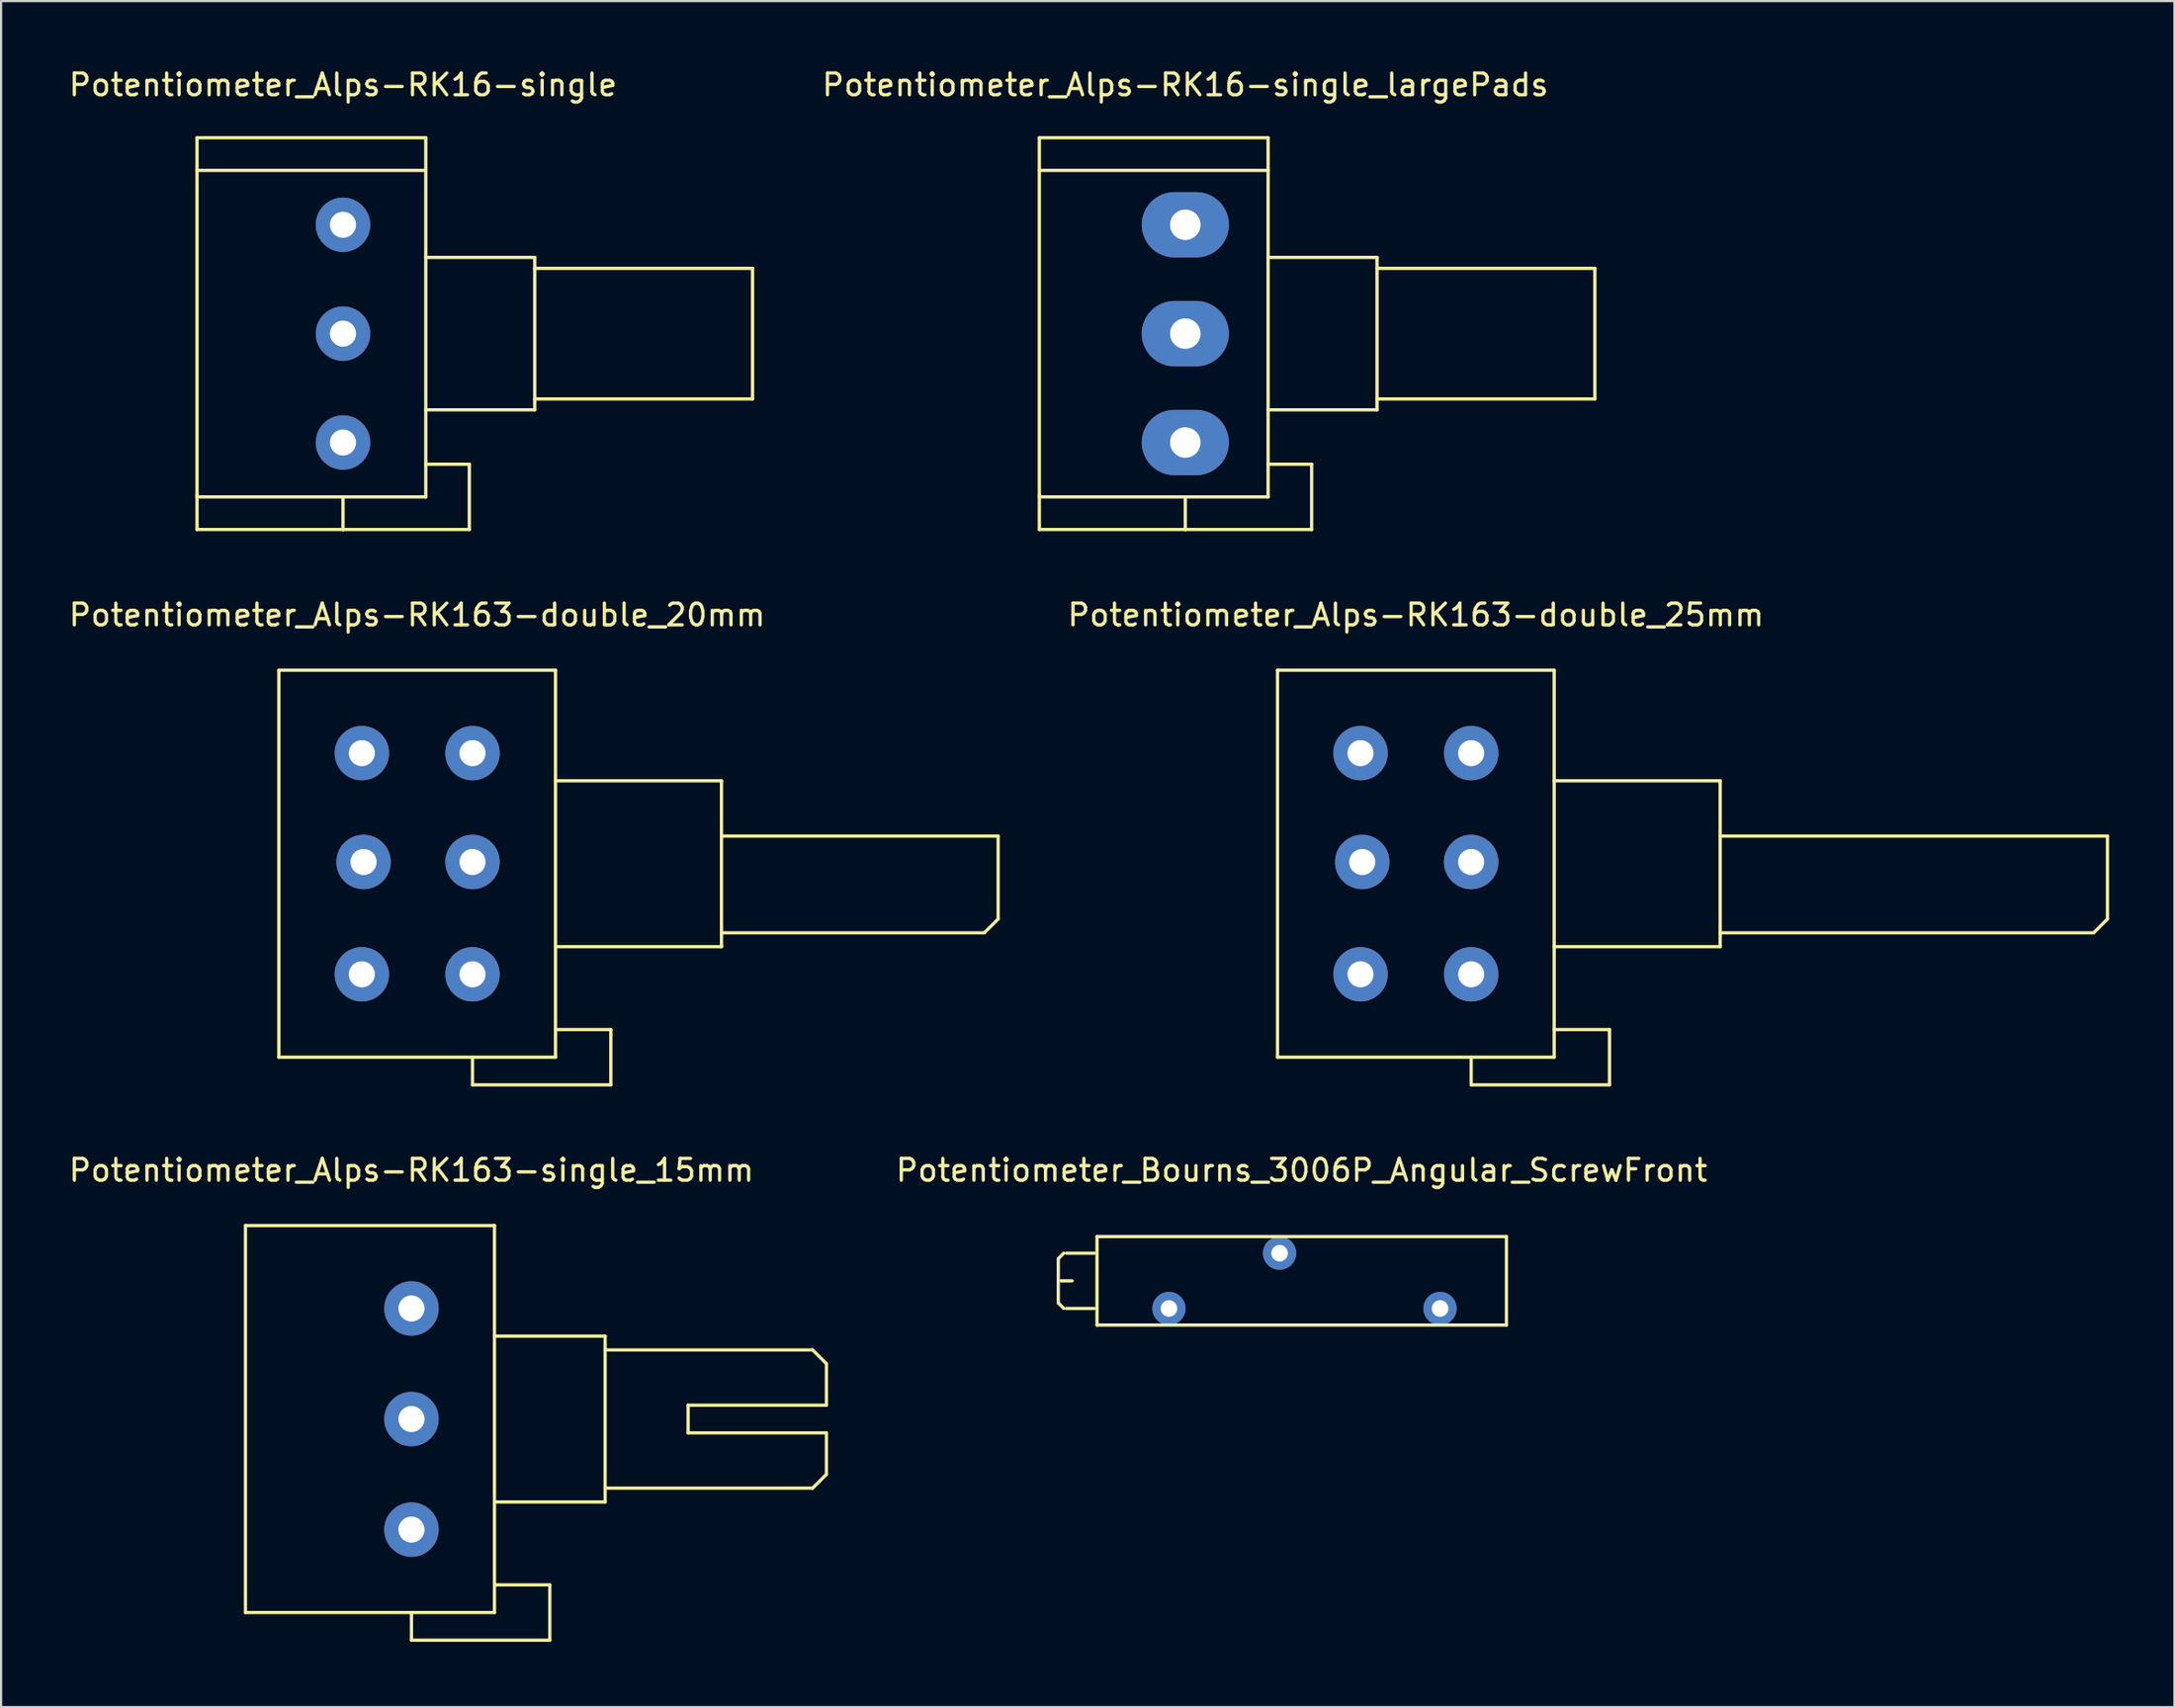
<source format=kicad_pcb>
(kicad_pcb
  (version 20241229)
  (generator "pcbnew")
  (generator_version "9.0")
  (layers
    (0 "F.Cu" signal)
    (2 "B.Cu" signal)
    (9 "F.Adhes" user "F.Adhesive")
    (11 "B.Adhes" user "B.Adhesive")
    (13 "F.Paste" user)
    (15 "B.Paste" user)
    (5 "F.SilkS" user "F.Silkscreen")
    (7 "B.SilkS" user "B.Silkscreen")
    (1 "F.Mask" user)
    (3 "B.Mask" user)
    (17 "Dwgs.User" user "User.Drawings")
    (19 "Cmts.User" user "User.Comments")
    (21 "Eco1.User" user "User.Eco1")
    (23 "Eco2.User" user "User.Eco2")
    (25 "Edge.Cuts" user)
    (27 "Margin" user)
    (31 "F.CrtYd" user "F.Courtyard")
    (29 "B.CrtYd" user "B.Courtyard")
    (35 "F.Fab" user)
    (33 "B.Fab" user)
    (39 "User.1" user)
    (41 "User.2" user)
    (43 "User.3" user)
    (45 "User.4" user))
  (footprint "Potentiometer_Alps-RK163-double_20mm"
    (layer "F.Cu")
    (at 18.641 41.711)
    (property "Reference" "Potentiometer_Alps-RK163-double_20mm" (at -2.54 -16.51 0) (layer "F.SilkS") (effects (font (size 1 1) (thickness 0.15))))
    (attr through_hole)
    (fp_line (start -8.89 3.81) (end -8.89 -13.97) (stroke (width 0.15) (type solid)) (layer "F.SilkS"))
    (fp_line (start 0 5.08) (end 0 3.81) (stroke (width 0.15) (type solid)) (layer "F.SilkS"))
    (fp_line (start 3.81 -13.97) (end -8.89 -13.97) (stroke (width 0.15) (type solid)) (layer "F.SilkS"))
    (fp_line (start 3.81 -13.97) (end 3.81 3.81) (stroke (width 0.15) (type solid)) (layer "F.SilkS"))
    (fp_line (start 3.81 2.54) (end 6.35 2.54) (stroke (width 0.15) (type solid)) (layer "F.SilkS"))
    (fp_line (start 3.81 3.81) (end -8.89 3.81) (stroke (width 0.15) (type solid)) (layer "F.SilkS"))
    (fp_line (start 6.35 2.54) (end 6.35 5.08) (stroke (width 0.15) (type solid)) (layer "F.SilkS"))
    (fp_line (start 6.35 5.08) (end 0 5.08) (stroke (width 0.15) (type solid)) (layer "F.SilkS"))
    (fp_line (start 11.43 -8.89) (end 3.81 -8.89) (stroke (width 0.15) (type solid)) (layer "F.SilkS"))
    (fp_line (start 11.43 -8.89) (end 11.43 -1.27) (stroke (width 0.15) (type solid)) (layer "F.SilkS"))
    (fp_line (start 11.43 -1.27) (end 3.81 -1.27) (stroke (width 0.15) (type solid)) (layer "F.SilkS"))
    (fp_line (start 23.495 -1.905) (end 11.43 -1.905) (stroke (width 0.15) (type solid)) (layer "F.SilkS"))
    (fp_line (start 24.13 -6.35) (end 11.43 -6.35) (stroke (width 0.15) (type solid)) (layer "F.SilkS"))
    (fp_line (start 24.13 -6.35) (end 24.13 -2.54) (stroke (width 0.15) (type solid)) (layer "F.SilkS"))
    (fp_line (start 24.13 -2.54) (end 23.495 -1.905) (stroke (width 0.15) (type solid)) (layer "F.SilkS"))
    (pad "11" thru_hole circle (at 0 0) (size 2.499 2.499) (drill 1.199) (layers "*.Cu" "*.Mask"))
    (pad "12" thru_hole circle (at 0 -5.159) (size 2.499 2.499) (drill 1.199) (layers "*.Cu" "*.Mask"))
    (pad "13" thru_hole circle (at 0 -10.16) (size 2.499 2.499) (drill 1.199) (layers "*.Cu" "*.Mask"))
    (pad "21" thru_hole circle (at -5.08 0) (size 2.499 2.499) (drill 1.199) (layers "*.Cu" "*.Mask"))
    (pad "22" thru_hole circle (at -5.001 -5.159) (size 2.499 2.499) (drill 1.199) (layers "*.Cu" "*.Mask"))
    (pad "23" thru_hole circle (at -5.08 -10.16) (size 2.499 2.499) (drill 1.199) (layers "*.Cu" "*.Mask")))
  (footprint "Potentiometer_Bourns_3006P_Angular_ScrewFront"
    (layer "F.Cu")
    (at 63.058 57.064)
    (property "Reference" "Potentiometer_Bourns_3006P_Angular_ScrewFront" (at -6.35 -6.35 0) (layer "F.SilkS") (effects (font (size 1 1) (thickness 0.15))))
    (attr through_hole)
    (fp_line (start -17.526 -2.286) (end -17.526 -1.27) (stroke (width 0.15) (type solid)) (layer "F.SilkS"))
    (fp_line (start -17.526 -1.27) (end -17.526 -0.254) (stroke (width 0.15) (type solid)) (layer "F.SilkS"))
    (fp_line (start -17.526 -0.254) (end -17.272 0) (stroke (width 0.15) (type solid)) (layer "F.SilkS"))
    (fp_line (start -17.399 -1.27) (end -16.891 -1.27) (stroke (width 0.15) (type solid)) (layer "F.SilkS"))
    (fp_line (start -17.272 -2.54) (end -17.526 -2.286) (stroke (width 0.15) (type solid)) (layer "F.SilkS"))
    (fp_line (start -15.875 -2.54) (end -17.145 -2.54) (stroke (width 0.15) (type solid)) (layer "F.SilkS"))
    (fp_line (start -15.875 0) (end -17.145 0) (stroke (width 0.15) (type solid)) (layer "F.SilkS"))
    (fp_line (start -15.748 0.762) (end -15.748 -3.302) (stroke (width 0.15) (type solid)) (layer "F.SilkS"))
    (fp_line (start -15.748 0.762) (end 3.048 0.762) (stroke (width 0.15) (type solid)) (layer "F.SilkS"))
    (fp_line (start 3.048 -3.302) (end -15.748 -3.302) (stroke (width 0.15) (type solid)) (layer "F.SilkS"))
    (fp_line (start 3.048 0.762) (end 3.048 -3.302) (stroke (width 0.15) (type solid)) (layer "F.SilkS"))
    (pad "1" thru_hole circle (at 0 0) (size 1.524 1.524) (drill 0.762) (layers "*.Cu" "*.Mask"))
    (pad "2" thru_hole circle (at -7.366 -2.54) (size 1.524 1.524) (drill 0.762) (layers "*.Cu" "*.Mask"))
    (pad "3" thru_hole circle (at -12.446 0) (size 1.524 1.524) (drill 0.762) (layers "*.Cu" "*.Mask")))
  (footprint "Potentiometer_Alps-RK16-single_largePads"
    (layer "F.Cu")
    (at 51.364 7.277)
    (property "Reference" "Potentiometer_Alps-RK16-single_largePads" (at 0 -6.429 0) (layer "F.SilkS") (effects (font (size 1 1) (thickness 0.15))))
    (attr through_hole)
    (fp_line (start -6.701 -3.998) (end -6.701 -2.499) (stroke (width 0.15) (type solid)) (layer "F.SilkS"))
    (fp_line (start -6.701 -2.499) (end -6.701 12.502) (stroke (width 0.15) (type solid)) (layer "F.SilkS"))
    (fp_line (start -6.701 12.502) (end 3.8 12.502) (stroke (width 0.15) (type solid)) (layer "F.SilkS"))
    (fp_line (start -6.701 14) (end -6.701 12.4) (stroke (width 0.15) (type solid)) (layer "F.SilkS"))
    (fp_line (start 0 14) (end -6.701 14) (stroke (width 0.15) (type solid)) (layer "F.SilkS"))
    (fp_line (start 0 14) (end 0 12.502) (stroke (width 0.15) (type solid)) (layer "F.SilkS"))
    (fp_line (start 3.8 -3.998) (end -6.701 -3.998) (stroke (width 0.15) (type solid)) (layer "F.SilkS"))
    (fp_line (start 3.8 -2.499) (end -6.701 -2.499) (stroke (width 0.15) (type solid)) (layer "F.SilkS"))
    (fp_line (start 3.8 -2.499) (end 3.8 -3.998) (stroke (width 0.15) (type solid)) (layer "F.SilkS"))
    (fp_line (start 3.8 1.501) (end 8.801 1.501) (stroke (width 0.15) (type solid)) (layer "F.SilkS"))
    (fp_line (start 3.8 11.001) (end 5.799 11.001) (stroke (width 0.15) (type solid)) (layer "F.SilkS"))
    (fp_line (start 3.8 12.502) (end 3.8 -2.499) (stroke (width 0.15) (type solid)) (layer "F.SilkS"))
    (fp_line (start 5.799 11.001) (end 5.799 14) (stroke (width 0.15) (type solid)) (layer "F.SilkS"))
    (fp_line (start 5.799 14) (end 0 14) (stroke (width 0.15) (type solid)) (layer "F.SilkS"))
    (fp_line (start 8.801 1.501) (end 8.801 8.501) (stroke (width 0.15) (type solid)) (layer "F.SilkS"))
    (fp_line (start 8.801 2.002) (end 18.801 2.002) (stroke (width 0.15) (type solid)) (layer "F.SilkS"))
    (fp_line (start 8.801 8.501) (end 3.8 8.501) (stroke (width 0.15) (type solid)) (layer "F.SilkS"))
    (fp_line (start 18.801 2.002) (end 18.801 8.001) (stroke (width 0.15) (type solid)) (layer "F.SilkS"))
    (fp_line (start 18.801 8.001) (end 8.801 8.001) (stroke (width 0.15) (type solid)) (layer "F.SilkS"))
    (pad "1" thru_hole oval (at 0 0) (size 4 3) (drill 1.4) (layers "*.Cu" "*.Mask"))
    (pad "2" thru_hole oval (at 0 5.001) (size 4 3) (drill 1.4) (layers "*.Cu" "*.Mask"))
    (pad "3" thru_hole oval (at 0 10.003) (size 4 3) (drill 1.4) (layers "*.Cu" "*.Mask")))
  (footprint "Potentiometer_Alps-RK16-single"
    (layer "F.Cu")
    (at 12.696 7.277)
    (property "Reference" "Potentiometer_Alps-RK16-single" (at 0 -6.429 0) (layer "F.SilkS") (effects (font (size 1 1) (thickness 0.15))))
    (attr through_hole)
    (fp_line (start -6.701 -3.998) (end -6.701 -2.499) (stroke (width 0.15) (type solid)) (layer "F.SilkS"))
    (fp_line (start -6.701 -2.499) (end -6.701 12.502) (stroke (width 0.15) (type solid)) (layer "F.SilkS"))
    (fp_line (start -6.701 12.502) (end 3.8 12.502) (stroke (width 0.15) (type solid)) (layer "F.SilkS"))
    (fp_line (start -6.701 14) (end -6.701 12.4) (stroke (width 0.15) (type solid)) (layer "F.SilkS"))
    (fp_line (start 0 14) (end -6.701 14) (stroke (width 0.15) (type solid)) (layer "F.SilkS"))
    (fp_line (start 0 14) (end 0 12.502) (stroke (width 0.15) (type solid)) (layer "F.SilkS"))
    (fp_line (start 3.8 -3.998) (end -6.701 -3.998) (stroke (width 0.15) (type solid)) (layer "F.SilkS"))
    (fp_line (start 3.8 -2.499) (end -6.701 -2.499) (stroke (width 0.15) (type solid)) (layer "F.SilkS"))
    (fp_line (start 3.8 -2.499) (end 3.8 -3.998) (stroke (width 0.15) (type solid)) (layer "F.SilkS"))
    (fp_line (start 3.8 1.501) (end 8.801 1.501) (stroke (width 0.15) (type solid)) (layer "F.SilkS"))
    (fp_line (start 3.8 11.001) (end 5.799 11.001) (stroke (width 0.15) (type solid)) (layer "F.SilkS"))
    (fp_line (start 3.8 12.502) (end 3.8 -2.499) (stroke (width 0.15) (type solid)) (layer "F.SilkS"))
    (fp_line (start 5.799 11.001) (end 5.799 14) (stroke (width 0.15) (type solid)) (layer "F.SilkS"))
    (fp_line (start 5.799 14) (end 0 14) (stroke (width 0.15) (type solid)) (layer "F.SilkS"))
    (fp_line (start 8.801 1.501) (end 8.801 8.501) (stroke (width 0.15) (type solid)) (layer "F.SilkS"))
    (fp_line (start 8.801 2.002) (end 18.801 2.002) (stroke (width 0.15) (type solid)) (layer "F.SilkS"))
    (fp_line (start 8.801 8.501) (end 3.8 8.501) (stroke (width 0.15) (type solid)) (layer "F.SilkS"))
    (fp_line (start 18.801 2.002) (end 18.801 8.001) (stroke (width 0.15) (type solid)) (layer "F.SilkS"))
    (fp_line (start 18.801 8.001) (end 8.801 8.001) (stroke (width 0.15) (type solid)) (layer "F.SilkS"))
    (pad "1" thru_hole circle (at 0 0) (size 2.499 2.499) (drill 1.199) (layers "*.Cu" "*.Mask"))
    (pad "2" thru_hole circle (at 0 5.001) (size 2.499 2.499) (drill 1.199) (layers "*.Cu" "*.Mask"))
    (pad "3" thru_hole circle (at 0 10.003) (size 2.499 2.499) (drill 1.199) (layers "*.Cu" "*.Mask")))
  (footprint "Potentiometer_Alps-RK163-double_25mm"
    (layer "F.Cu")
    (at 64.487 41.711)
    (property "Reference" "Potentiometer_Alps-RK163-double_25mm" (at -2.54 -16.51 0) (layer "F.SilkS") (effects (font (size 1 1) (thickness 0.15))))
    (attr through_hole)
    (fp_line (start -8.89 3.81) (end -8.89 -13.97) (stroke (width 0.15) (type solid)) (layer "F.SilkS"))
    (fp_line (start 0 5.08) (end 0 3.81) (stroke (width 0.15) (type solid)) (layer "F.SilkS"))
    (fp_line (start 3.81 -13.97) (end -8.89 -13.97) (stroke (width 0.15) (type solid)) (layer "F.SilkS"))
    (fp_line (start 3.81 -13.97) (end 3.81 3.81) (stroke (width 0.15) (type solid)) (layer "F.SilkS"))
    (fp_line (start 3.81 2.54) (end 6.35 2.54) (stroke (width 0.15) (type solid)) (layer "F.SilkS"))
    (fp_line (start 3.81 3.81) (end -8.89 3.81) (stroke (width 0.15) (type solid)) (layer "F.SilkS"))
    (fp_line (start 6.35 2.54) (end 6.35 5.08) (stroke (width 0.15) (type solid)) (layer "F.SilkS"))
    (fp_line (start 6.35 5.08) (end 0 5.08) (stroke (width 0.15) (type solid)) (layer "F.SilkS"))
    (fp_line (start 11.43 -8.89) (end 3.81 -8.89) (stroke (width 0.15) (type solid)) (layer "F.SilkS"))
    (fp_line (start 11.43 -8.89) (end 11.43 -1.27) (stroke (width 0.15) (type solid)) (layer "F.SilkS"))
    (fp_line (start 11.43 -1.27) (end 3.81 -1.27) (stroke (width 0.15) (type solid)) (layer "F.SilkS"))
    (fp_line (start 28.575 -1.905) (end 11.43 -1.905) (stroke (width 0.15) (type solid)) (layer "F.SilkS"))
    (fp_line (start 29.21 -6.35) (end 11.43 -6.35) (stroke (width 0.15) (type solid)) (layer "F.SilkS"))
    (fp_line (start 29.21 -6.35) (end 29.21 -2.54) (stroke (width 0.15) (type solid)) (layer "F.SilkS"))
    (fp_line (start 29.21 -2.54) (end 28.575 -1.905) (stroke (width 0.15) (type solid)) (layer "F.SilkS"))
    (pad "11" thru_hole circle (at 0 0) (size 2.499 2.499) (drill 1.199) (layers "*.Cu" "*.Mask"))
    (pad "12" thru_hole circle (at 0 -5.159) (size 2.499 2.499) (drill 1.199) (layers "*.Cu" "*.Mask"))
    (pad "13" thru_hole circle (at 0 -10.16) (size 2.499 2.499) (drill 1.199) (layers "*.Cu" "*.Mask"))
    (pad "21" thru_hole circle (at -5.08 0) (size 2.499 2.499) (drill 1.199) (layers "*.Cu" "*.Mask"))
    (pad "22" thru_hole circle (at -5.001 -5.159) (size 2.499 2.499) (drill 1.199) (layers "*.Cu" "*.Mask"))
    (pad "23" thru_hole circle (at -5.08 -10.16) (size 2.499 2.499) (drill 1.199) (layers "*.Cu" "*.Mask")))
  (footprint "Potentiometer_Alps-RK163-single_15mm"
    (layer "F.Cu")
    (at 15.839 67.224)
    (property "Reference" "Potentiometer_Alps-RK163-single_15mm" (at 0 -16.51 0) (layer "F.SilkS") (effects (font (size 1 1) (thickness 0.15))))
    (attr through_hole)
    (fp_line (start -7.62 -13.97) (end 3.81 -13.97) (stroke (width 0.15) (type solid)) (layer "F.SilkS"))
    (fp_line (start -7.62 3.81) (end -7.62 -13.97) (stroke (width 0.15) (type solid)) (layer "F.SilkS"))
    (fp_line (start 0 5.08) (end 0 3.81) (stroke (width 0.15) (type solid)) (layer "F.SilkS"))
    (fp_line (start 0 5.08) (end 6.35 5.08) (stroke (width 0.15) (type solid)) (layer "F.SilkS"))
    (fp_line (start 3.81 -13.97) (end 3.81 3.81) (stroke (width 0.15) (type solid)) (layer "F.SilkS"))
    (fp_line (start 3.81 -8.89) (end 8.89 -8.89) (stroke (width 0.15) (type solid)) (layer "F.SilkS"))
    (fp_line (start 3.81 3.81) (end -7.62 3.81) (stroke (width 0.15) (type solid)) (layer "F.SilkS"))
    (fp_line (start 6.35 2.54) (end 3.81 2.54) (stroke (width 0.15) (type solid)) (layer "F.SilkS"))
    (fp_line (start 6.35 5.08) (end 6.35 2.54) (stroke (width 0.15) (type solid)) (layer "F.SilkS"))
    (fp_line (start 8.89 -8.89) (end 8.89 -1.27) (stroke (width 0.15) (type solid)) (layer "F.SilkS"))
    (fp_line (start 8.89 -8.255) (end 18.415 -8.255) (stroke (width 0.15) (type solid)) (layer "F.SilkS"))
    (fp_line (start 8.89 -1.27) (end 3.81 -1.27) (stroke (width 0.15) (type solid)) (layer "F.SilkS"))
    (fp_line (start 12.7 -5.715) (end 12.7 -4.445) (stroke (width 0.15) (type solid)) (layer "F.SilkS"))
    (fp_line (start 12.7 -4.445) (end 19.05 -4.445) (stroke (width 0.15) (type solid)) (layer "F.SilkS"))
    (fp_line (start 18.415 -8.255) (end 19.05 -7.62) (stroke (width 0.15) (type solid)) (layer "F.SilkS"))
    (fp_line (start 18.415 -1.905) (end 8.89 -1.905) (stroke (width 0.15) (type solid)) (layer "F.SilkS"))
    (fp_line (start 19.05 -5.715) (end 12.7 -5.715) (stroke (width 0.15) (type solid)) (layer "F.SilkS"))
    (fp_line (start 19.05 -5.715) (end 19.05 -7.62) (stroke (width 0.15) (type solid)) (layer "F.SilkS"))
    (fp_line (start 19.05 -2.54) (end 18.415 -1.905) (stroke (width 0.15) (type solid)) (layer "F.SilkS"))
    (fp_line (start 19.05 -2.54) (end 19.05 -4.445) (stroke (width 0.15) (type solid)) (layer "F.SilkS"))
    (pad "1" thru_hole circle (at 0 0) (size 2.499 2.499) (drill 1.199) (layers "*.Cu" "*.Mask"))
    (pad "2" thru_hole circle (at 0 -5.08) (size 2.499 2.499) (drill 1.199) (layers "*.Cu" "*.Mask"))
    (pad "3" thru_hole circle (at 0 -10.16) (size 2.499 2.499) (drill 1.199) (layers "*.Cu" "*.Mask")))
  (gr_rect
    (start -3 -3)
    (end 96.772 75.379)
    (stroke (width 0.1) (type default))
    (fill no)
    (layer "Edge.Cuts")))
</source>
